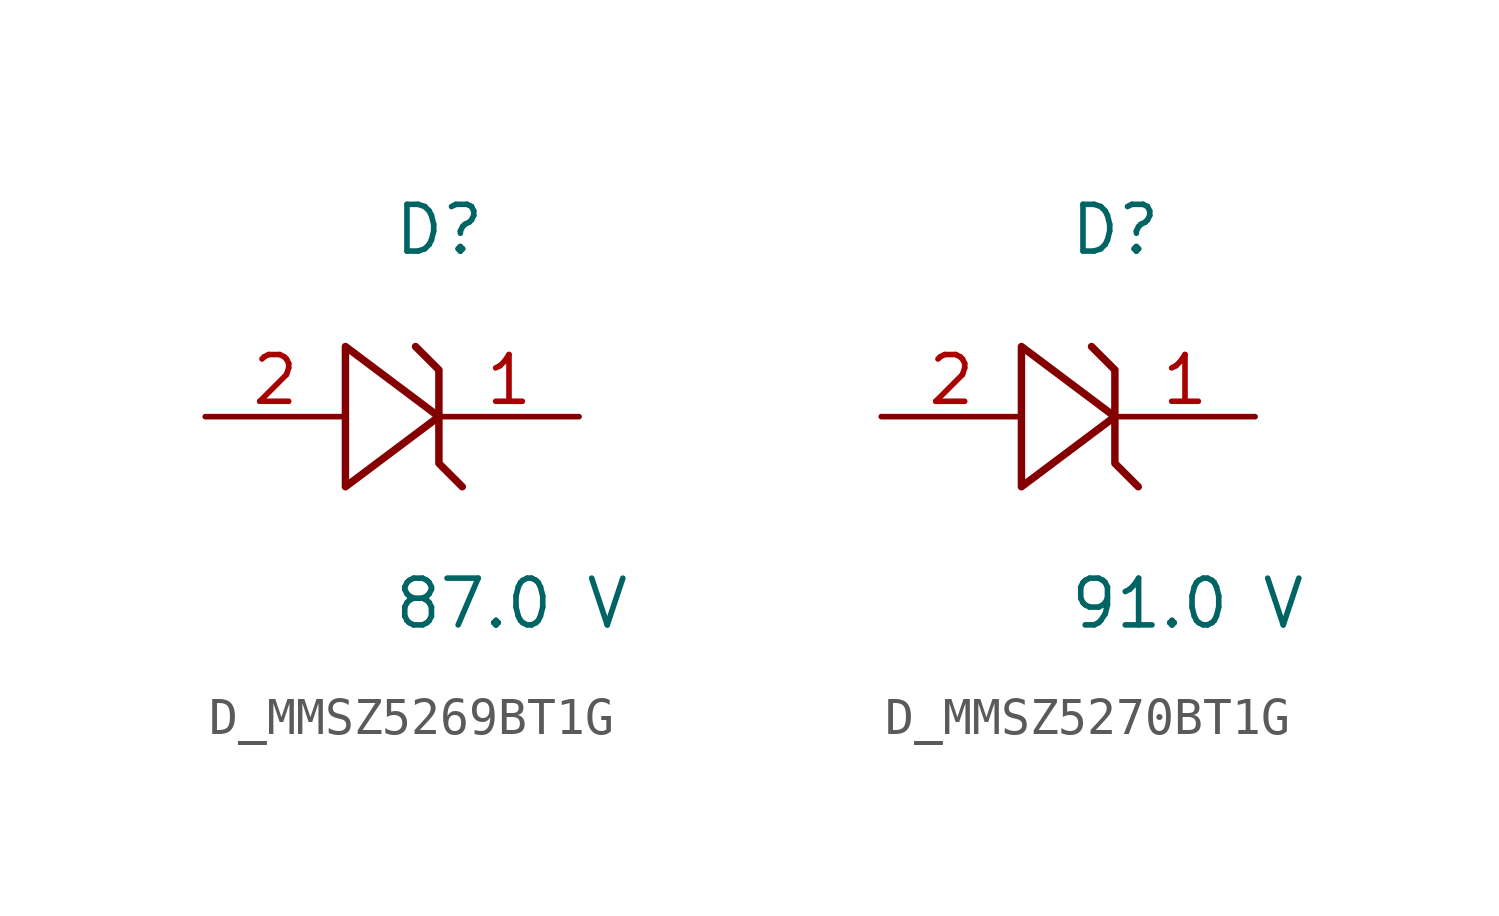
<source format=kicad_sym>
(kicad_symbol_lib
  (version 20231120)
  (generator kicad_symbol_editor)
  (generator_version 8.0)
  (symbol "D_MMSZ5269BT1G"
    (pin_names
      (offset 0.254))
    (property "Reference" "D"
      (at 0.0 5.08 0)
      (effects (font (size 1.27 1.27)) (justify left)))
    (property "Value" "87.0 V"
      (at 0.0 -5.08 0)
      (effects (font (size 1.27 1.27)) (justify left)))
    (symbol "D_MMSZ5269BT1G_1_0"
      (polyline (pts (xy 0.635 1.905) (xy 1.27 1.27) (xy 1.27 0) (xy -1.27 1.905) (xy -1.27 -1.905) (xy 1.27 0) (xy 1.27 -1.27) (xy 1.905 -1.905)) (stroke (width 0.203) (type default)) (fill (type none)))
      (pin unspecified line (at 5.08 0 180) (length 3.81) (name "" (effects (font (size 1.27 1.27)))) (number "1" (effects (font (size 1.27 1.27)))))
      (pin unspecified line (at -5.08 0 0) (length 3.81) (name "" (effects (font (size 1.27 1.27)))) (number "2" (effects (font (size 1.27 1.27)))))))
  (symbol "D_MMSZ5270BT1G"
    (pin_names
      (offset 0.254))
    (property "Reference" "D"
      (at 0.0 5.08 0)
      (effects (font (size 1.27 1.27)) (justify left)))
    (property "Value" "91.0 V"
      (at 0.0 -5.08 0)
      (effects (font (size 1.27 1.27)) (justify left)))
    (symbol "D_MMSZ5270BT1G_1_0"
      (polyline (pts (xy 0.635 1.905) (xy 1.27 1.27) (xy 1.27 0) (xy -1.27 1.905) (xy -1.27 -1.905) (xy 1.27 0) (xy 1.27 -1.27) (xy 1.905 -1.905)) (stroke (width 0.203) (type default)) (fill (type none)))
      (pin unspecified line (at 5.08 0 180) (length 3.81) (name "" (effects (font (size 1.27 1.27)))) (number "1" (effects (font (size 1.27 1.27)))))
      (pin unspecified line (at -5.08 0 0) (length 3.81) (name "" (effects (font (size 1.27 1.27)))) (number "2" (effects (font (size 1.27 1.27))))))))
</source>
